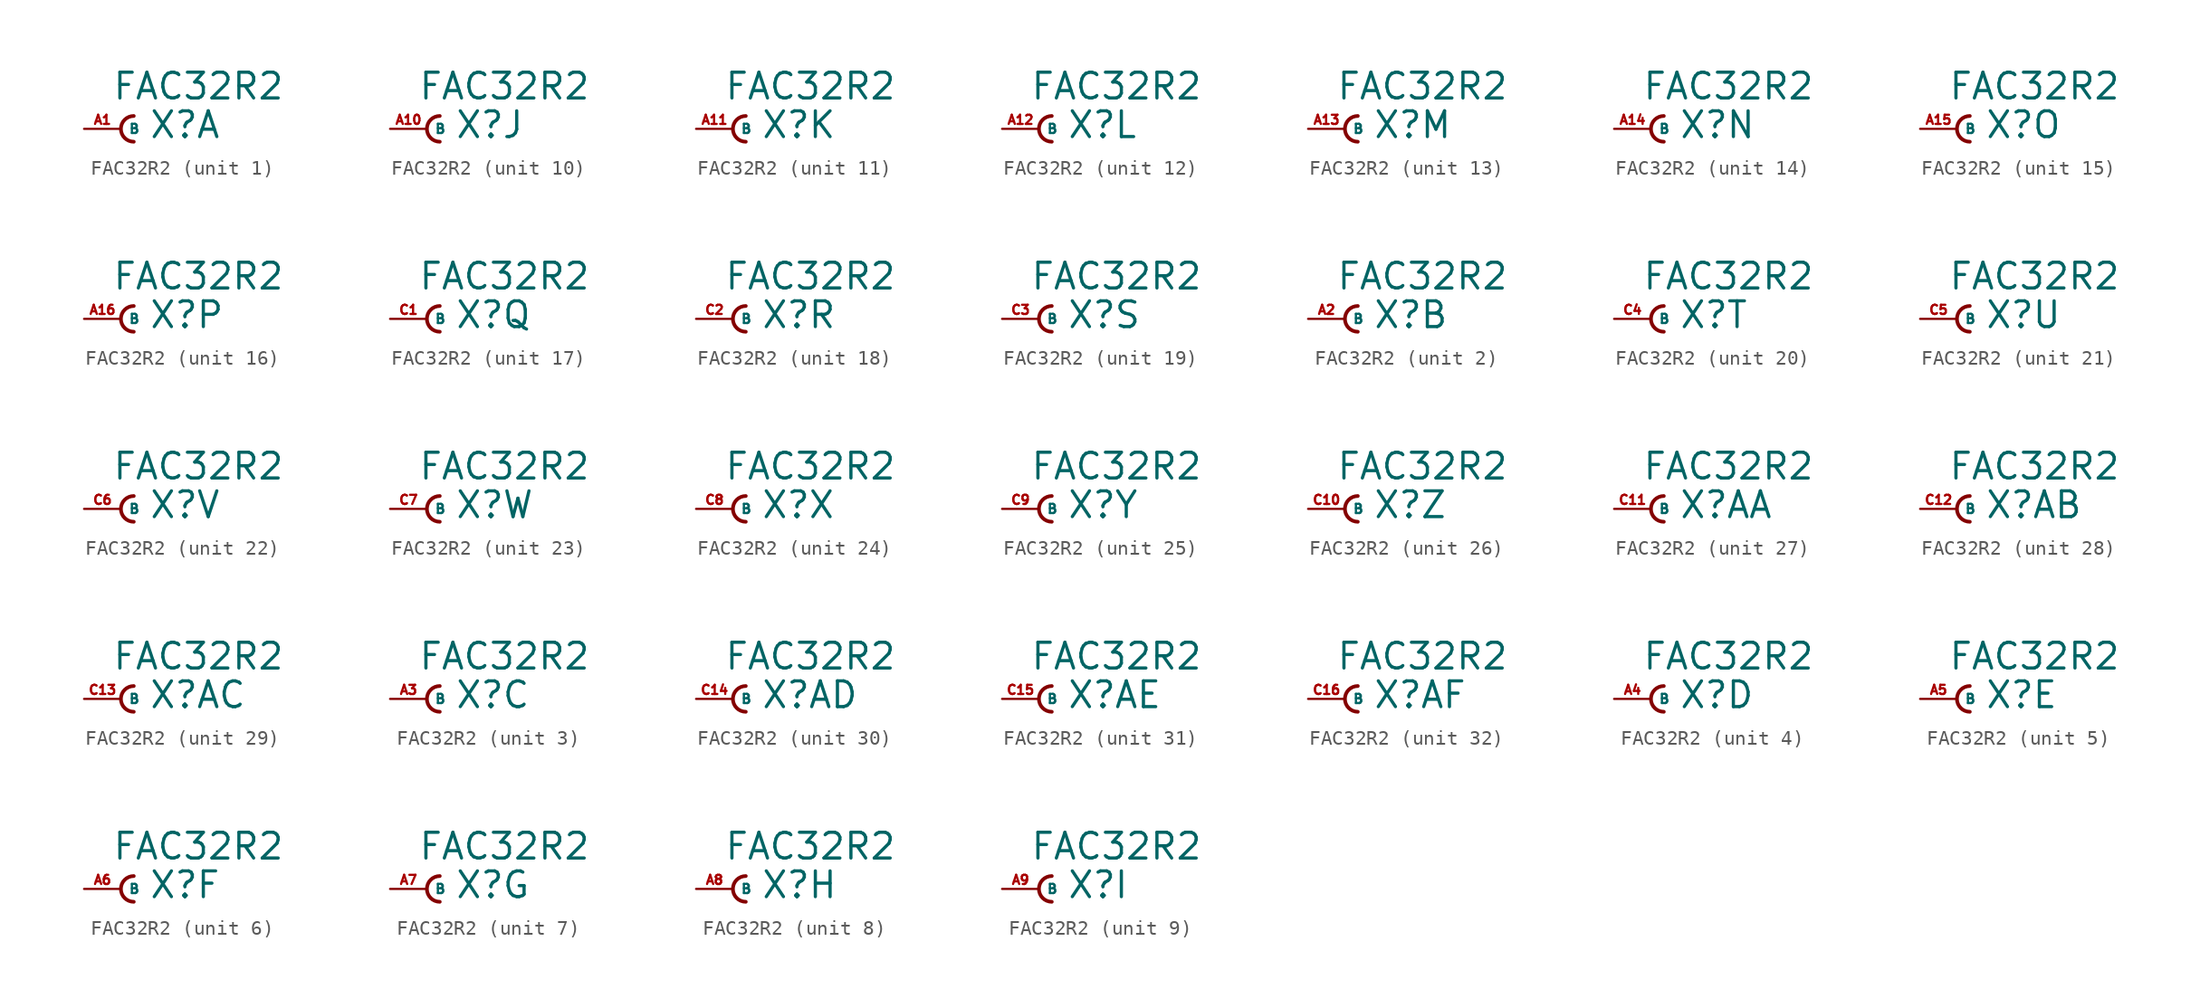
<source format=kicad_sym>
(kicad_symbol_lib
  (version 20220914)
  (generator Eagle2Kicad)
  (symbol "FAC32R2"
    (property "Reference" "X"
      (at 1.905 -0.762 0)
      (effects (font (size 1.778 1.778) (thickness 0.22)) (justify left bottom)))
    (property "Value" "FAC32R2"
      (at -0.635 1.905 0)
      (effects (font (size 1.778 1.778) (thickness 0.22)) (justify left bottom)))
    (symbol "FAC32R2_1_0"
      (arc (start 0.889 0.889) (mid 0.000 0.000) (end 0.889 -0.889) (stroke (width 0.254) (type default)) (fill (type none)))
      (pin passive line (at -2.54 0 0) (length 2.54) (name "B" (effects (font (size 0.635 0.635) (thickness 0.08)) (justify left bottom))) (number "A1" (effects (font (size 0.635 0.635) (thickness 0.08)) (justify left bottom)))))
    (symbol "FAC32R2_2_0"
      (arc (start 0.889 0.889) (mid 0.000 0.000) (end 0.889 -0.889) (stroke (width 0.254) (type default)) (fill (type none)))
      (pin passive line (at -2.54 0 0) (length 2.54) (name "B" (effects (font (size 0.635 0.635) (thickness 0.08)) (justify left bottom))) (number "A2" (effects (font (size 0.635 0.635) (thickness 0.08)) (justify left bottom)))))
    (symbol "FAC32R2_3_0"
      (arc (start 0.889 0.889) (mid 0.000 0.000) (end 0.889 -0.889) (stroke (width 0.254) (type default)) (fill (type none)))
      (pin passive line (at -2.54 0 0) (length 2.54) (name "B" (effects (font (size 0.635 0.635) (thickness 0.08)) (justify left bottom))) (number "A3" (effects (font (size 0.635 0.635) (thickness 0.08)) (justify left bottom)))))
    (symbol "FAC32R2_4_0"
      (arc (start 0.889 0.889) (mid 0.000 0.000) (end 0.889 -0.889) (stroke (width 0.254) (type default)) (fill (type none)))
      (pin passive line (at -2.54 0 0) (length 2.54) (name "B" (effects (font (size 0.635 0.635) (thickness 0.08)) (justify left bottom))) (number "A4" (effects (font (size 0.635 0.635) (thickness 0.08)) (justify left bottom)))))
    (symbol "FAC32R2_5_0"
      (arc (start 0.889 0.889) (mid 0.000 0.000) (end 0.889 -0.889) (stroke (width 0.254) (type default)) (fill (type none)))
      (pin passive line (at -2.54 0 0) (length 2.54) (name "B" (effects (font (size 0.635 0.635) (thickness 0.08)) (justify left bottom))) (number "A5" (effects (font (size 0.635 0.635) (thickness 0.08)) (justify left bottom)))))
    (symbol "FAC32R2_6_0"
      (arc (start 0.889 0.889) (mid 0.000 0.000) (end 0.889 -0.889) (stroke (width 0.254) (type default)) (fill (type none)))
      (pin passive line (at -2.54 0 0) (length 2.54) (name "B" (effects (font (size 0.635 0.635) (thickness 0.08)) (justify left bottom))) (number "A6" (effects (font (size 0.635 0.635) (thickness 0.08)) (justify left bottom)))))
    (symbol "FAC32R2_7_0"
      (arc (start 0.889 0.889) (mid 0.000 0.000) (end 0.889 -0.889) (stroke (width 0.254) (type default)) (fill (type none)))
      (pin passive line (at -2.54 0 0) (length 2.54) (name "B" (effects (font (size 0.635 0.635) (thickness 0.08)) (justify left bottom))) (number "A7" (effects (font (size 0.635 0.635) (thickness 0.08)) (justify left bottom)))))
    (symbol "FAC32R2_8_0"
      (arc (start 0.889 0.889) (mid 0.000 0.000) (end 0.889 -0.889) (stroke (width 0.254) (type default)) (fill (type none)))
      (pin passive line (at -2.54 0 0) (length 2.54) (name "B" (effects (font (size 0.635 0.635) (thickness 0.08)) (justify left bottom))) (number "A8" (effects (font (size 0.635 0.635) (thickness 0.08)) (justify left bottom)))))
    (symbol "FAC32R2_9_0"
      (arc (start 0.889 0.889) (mid 0.000 0.000) (end 0.889 -0.889) (stroke (width 0.254) (type default)) (fill (type none)))
      (pin passive line (at -2.54 0 0) (length 2.54) (name "B" (effects (font (size 0.635 0.635) (thickness 0.08)) (justify left bottom))) (number "A9" (effects (font (size 0.635 0.635) (thickness 0.08)) (justify left bottom)))))
    (symbol "FAC32R2_10_0"
      (arc (start 0.889 0.889) (mid 0.000 0.000) (end 0.889 -0.889) (stroke (width 0.254) (type default)) (fill (type none)))
      (pin passive line (at -2.54 0 0) (length 2.54) (name "B" (effects (font (size 0.635 0.635) (thickness 0.08)) (justify left bottom))) (number "A10" (effects (font (size 0.635 0.635) (thickness 0.08)) (justify left bottom)))))
    (symbol "FAC32R2_11_0"
      (arc (start 0.889 0.889) (mid 0.000 0.000) (end 0.889 -0.889) (stroke (width 0.254) (type default)) (fill (type none)))
      (pin passive line (at -2.54 0 0) (length 2.54) (name "B" (effects (font (size 0.635 0.635) (thickness 0.08)) (justify left bottom))) (number "A11" (effects (font (size 0.635 0.635) (thickness 0.08)) (justify left bottom)))))
    (symbol "FAC32R2_12_0"
      (arc (start 0.889 0.889) (mid 0.000 0.000) (end 0.889 -0.889) (stroke (width 0.254) (type default)) (fill (type none)))
      (pin passive line (at -2.54 0 0) (length 2.54) (name "B" (effects (font (size 0.635 0.635) (thickness 0.08)) (justify left bottom))) (number "A12" (effects (font (size 0.635 0.635) (thickness 0.08)) (justify left bottom)))))
    (symbol "FAC32R2_13_0"
      (arc (start 0.889 0.889) (mid 0.000 0.000) (end 0.889 -0.889) (stroke (width 0.254) (type default)) (fill (type none)))
      (pin passive line (at -2.54 0 0) (length 2.54) (name "B" (effects (font (size 0.635 0.635) (thickness 0.08)) (justify left bottom))) (number "A13" (effects (font (size 0.635 0.635) (thickness 0.08)) (justify left bottom)))))
    (symbol "FAC32R2_14_0"
      (arc (start 0.889 0.889) (mid 0.000 0.000) (end 0.889 -0.889) (stroke (width 0.254) (type default)) (fill (type none)))
      (pin passive line (at -2.54 0 0) (length 2.54) (name "B" (effects (font (size 0.635 0.635) (thickness 0.08)) (justify left bottom))) (number "A14" (effects (font (size 0.635 0.635) (thickness 0.08)) (justify left bottom)))))
    (symbol "FAC32R2_15_0"
      (arc (start 0.889 0.889) (mid 0.000 0.000) (end 0.889 -0.889) (stroke (width 0.254) (type default)) (fill (type none)))
      (pin passive line (at -2.54 0 0) (length 2.54) (name "B" (effects (font (size 0.635 0.635) (thickness 0.08)) (justify left bottom))) (number "A15" (effects (font (size 0.635 0.635) (thickness 0.08)) (justify left bottom)))))
    (symbol "FAC32R2_16_0"
      (arc (start 0.889 0.889) (mid 0.000 0.000) (end 0.889 -0.889) (stroke (width 0.254) (type default)) (fill (type none)))
      (pin passive line (at -2.54 0 0) (length 2.54) (name "B" (effects (font (size 0.635 0.635) (thickness 0.08)) (justify left bottom))) (number "A16" (effects (font (size 0.635 0.635) (thickness 0.08)) (justify left bottom)))))
    (symbol "FAC32R2_17_0"
      (arc (start 0.889 0.889) (mid 0.000 0.000) (end 0.889 -0.889) (stroke (width 0.254) (type default)) (fill (type none)))
      (pin passive line (at -2.54 0 0) (length 2.54) (name "B" (effects (font (size 0.635 0.635) (thickness 0.08)) (justify left bottom))) (number "C1" (effects (font (size 0.635 0.635) (thickness 0.08)) (justify left bottom)))))
    (symbol "FAC32R2_18_0"
      (arc (start 0.889 0.889) (mid 0.000 0.000) (end 0.889 -0.889) (stroke (width 0.254) (type default)) (fill (type none)))
      (pin passive line (at -2.54 0 0) (length 2.54) (name "B" (effects (font (size 0.635 0.635) (thickness 0.08)) (justify left bottom))) (number "C2" (effects (font (size 0.635 0.635) (thickness 0.08)) (justify left bottom)))))
    (symbol "FAC32R2_19_0"
      (arc (start 0.889 0.889) (mid 0.000 0.000) (end 0.889 -0.889) (stroke (width 0.254) (type default)) (fill (type none)))
      (pin passive line (at -2.54 0 0) (length 2.54) (name "B" (effects (font (size 0.635 0.635) (thickness 0.08)) (justify left bottom))) (number "C3" (effects (font (size 0.635 0.635) (thickness 0.08)) (justify left bottom)))))
    (symbol "FAC32R2_20_0"
      (arc (start 0.889 0.889) (mid 0.000 0.000) (end 0.889 -0.889) (stroke (width 0.254) (type default)) (fill (type none)))
      (pin passive line (at -2.54 0 0) (length 2.54) (name "B" (effects (font (size 0.635 0.635) (thickness 0.08)) (justify left bottom))) (number "C4" (effects (font (size 0.635 0.635) (thickness 0.08)) (justify left bottom)))))
    (symbol "FAC32R2_21_0"
      (arc (start 0.889 0.889) (mid 0.000 0.000) (end 0.889 -0.889) (stroke (width 0.254) (type default)) (fill (type none)))
      (pin passive line (at -2.54 0 0) (length 2.54) (name "B" (effects (font (size 0.635 0.635) (thickness 0.08)) (justify left bottom))) (number "C5" (effects (font (size 0.635 0.635) (thickness 0.08)) (justify left bottom)))))
    (symbol "FAC32R2_22_0"
      (arc (start 0.889 0.889) (mid 0.000 0.000) (end 0.889 -0.889) (stroke (width 0.254) (type default)) (fill (type none)))
      (pin passive line (at -2.54 0 0) (length 2.54) (name "B" (effects (font (size 0.635 0.635) (thickness 0.08)) (justify left bottom))) (number "C6" (effects (font (size 0.635 0.635) (thickness 0.08)) (justify left bottom)))))
    (symbol "FAC32R2_23_0"
      (arc (start 0.889 0.889) (mid 0.000 0.000) (end 0.889 -0.889) (stroke (width 0.254) (type default)) (fill (type none)))
      (pin passive line (at -2.54 0 0) (length 2.54) (name "B" (effects (font (size 0.635 0.635) (thickness 0.08)) (justify left bottom))) (number "C7" (effects (font (size 0.635 0.635) (thickness 0.08)) (justify left bottom)))))
    (symbol "FAC32R2_24_0"
      (arc (start 0.889 0.889) (mid 0.000 0.000) (end 0.889 -0.889) (stroke (width 0.254) (type default)) (fill (type none)))
      (pin passive line (at -2.54 0 0) (length 2.54) (name "B" (effects (font (size 0.635 0.635) (thickness 0.08)) (justify left bottom))) (number "C8" (effects (font (size 0.635 0.635) (thickness 0.08)) (justify left bottom)))))
    (symbol "FAC32R2_25_0"
      (arc (start 0.889 0.889) (mid 0.000 0.000) (end 0.889 -0.889) (stroke (width 0.254) (type default)) (fill (type none)))
      (pin passive line (at -2.54 0 0) (length 2.54) (name "B" (effects (font (size 0.635 0.635) (thickness 0.08)) (justify left bottom))) (number "C9" (effects (font (size 0.635 0.635) (thickness 0.08)) (justify left bottom)))))
    (symbol "FAC32R2_26_0"
      (arc (start 0.889 0.889) (mid 0.000 0.000) (end 0.889 -0.889) (stroke (width 0.254) (type default)) (fill (type none)))
      (pin passive line (at -2.54 0 0) (length 2.54) (name "B" (effects (font (size 0.635 0.635) (thickness 0.08)) (justify left bottom))) (number "C10" (effects (font (size 0.635 0.635) (thickness 0.08)) (justify left bottom)))))
    (symbol "FAC32R2_27_0"
      (arc (start 0.889 0.889) (mid 0.000 0.000) (end 0.889 -0.889) (stroke (width 0.254) (type default)) (fill (type none)))
      (pin passive line (at -2.54 0 0) (length 2.54) (name "B" (effects (font (size 0.635 0.635) (thickness 0.08)) (justify left bottom))) (number "C11" (effects (font (size 0.635 0.635) (thickness 0.08)) (justify left bottom)))))
    (symbol "FAC32R2_28_0"
      (arc (start 0.889 0.889) (mid 0.000 0.000) (end 0.889 -0.889) (stroke (width 0.254) (type default)) (fill (type none)))
      (pin passive line (at -2.54 0 0) (length 2.54) (name "B" (effects (font (size 0.635 0.635) (thickness 0.08)) (justify left bottom))) (number "C12" (effects (font (size 0.635 0.635) (thickness 0.08)) (justify left bottom)))))
    (symbol "FAC32R2_29_0"
      (arc (start 0.889 0.889) (mid 0.000 0.000) (end 0.889 -0.889) (stroke (width 0.254) (type default)) (fill (type none)))
      (pin passive line (at -2.54 0 0) (length 2.54) (name "B" (effects (font (size 0.635 0.635) (thickness 0.08)) (justify left bottom))) (number "C13" (effects (font (size 0.635 0.635) (thickness 0.08)) (justify left bottom)))))
    (symbol "FAC32R2_30_0"
      (arc (start 0.889 0.889) (mid 0.000 0.000) (end 0.889 -0.889) (stroke (width 0.254) (type default)) (fill (type none)))
      (pin passive line (at -2.54 0 0) (length 2.54) (name "B" (effects (font (size 0.635 0.635) (thickness 0.08)) (justify left bottom))) (number "C14" (effects (font (size 0.635 0.635) (thickness 0.08)) (justify left bottom)))))
    (symbol "FAC32R2_31_0"
      (arc (start 0.889 0.889) (mid 0.000 0.000) (end 0.889 -0.889) (stroke (width 0.254) (type default)) (fill (type none)))
      (pin passive line (at -2.54 0 0) (length 2.54) (name "B" (effects (font (size 0.635 0.635) (thickness 0.08)) (justify left bottom))) (number "C15" (effects (font (size 0.635 0.635) (thickness 0.08)) (justify left bottom)))))
    (symbol "FAC32R2_32_0"
      (arc (start 0.889 0.889) (mid 0.000 0.000) (end 0.889 -0.889) (stroke (width 0.254) (type default)) (fill (type none)))
      (pin passive line (at -2.54 0 0) (length 2.54) (name "B" (effects (font (size 0.635 0.635) (thickness 0.08)) (justify left bottom))) (number "C16" (effects (font (size 0.635 0.635) (thickness 0.08)) (justify left bottom)))))))
</source>
